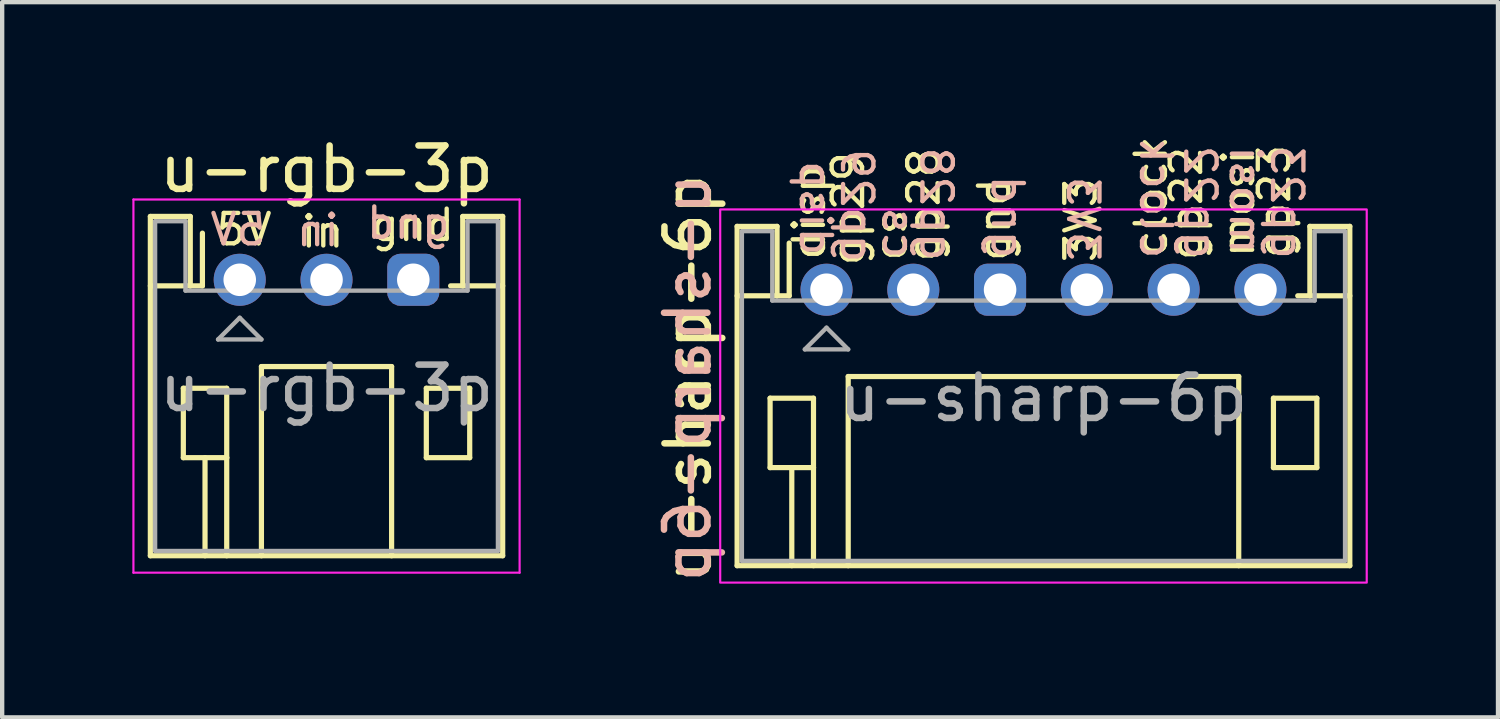
<source format=kicad_pcb>
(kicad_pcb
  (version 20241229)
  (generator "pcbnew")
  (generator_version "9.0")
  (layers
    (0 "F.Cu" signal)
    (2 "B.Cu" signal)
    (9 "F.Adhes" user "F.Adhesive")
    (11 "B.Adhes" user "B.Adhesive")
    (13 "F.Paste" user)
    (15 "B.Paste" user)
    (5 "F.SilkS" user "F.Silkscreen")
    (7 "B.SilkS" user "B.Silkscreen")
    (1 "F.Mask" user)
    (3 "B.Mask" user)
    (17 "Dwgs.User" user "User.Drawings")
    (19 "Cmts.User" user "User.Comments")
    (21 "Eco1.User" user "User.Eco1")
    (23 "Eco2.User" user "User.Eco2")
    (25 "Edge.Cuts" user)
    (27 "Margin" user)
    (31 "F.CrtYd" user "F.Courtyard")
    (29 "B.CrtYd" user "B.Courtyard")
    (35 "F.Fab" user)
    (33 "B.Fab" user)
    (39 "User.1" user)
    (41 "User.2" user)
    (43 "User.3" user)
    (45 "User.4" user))
  (footprint "u-sharp-6p"
    (layer "F.Cu")
    (at 15.998 3.627)
    (property "Reference" "u-sharp-6p" (at -3.19 2.04 90) (layer "F.SilkS") (effects (font (size 1 1) (thickness 0.15))))
    (attr through_hole)
    (fp_line (start -2.06 -1.46) (end -2.06 6.36) (stroke (width 0.12) (type solid)) (layer "F.SilkS"))
    (fp_line (start -2.06 0.14) (end -1.14 0.14) (stroke (width 0.12) (type solid)) (layer "F.SilkS"))
    (fp_line (start -2.06 6.36) (end 12.06 6.36) (stroke (width 0.12) (type solid)) (layer "F.SilkS"))
    (fp_line (start -1.3 2.5) (end -1.3 4.1) (stroke (width 0.12) (type solid)) (layer "F.SilkS"))
    (fp_line (start -1.3 4.1) (end -0.3 4.1) (stroke (width 0.12) (type solid)) (layer "F.SilkS"))
    (fp_line (start -1.14 -1.46) (end -2.06 -1.46) (stroke (width 0.12) (type solid)) (layer "F.SilkS"))
    (fp_line (start -1.14 0.14) (end -1.14 -1.46) (stroke (width 0.12) (type solid)) (layer "F.SilkS"))
    (fp_line (start -0.86 0.14) (end -1.14 0.14) (stroke (width 0.12) (type solid)) (layer "F.SilkS"))
    (fp_line (start -0.86 0.14) (end -0.86 -1.075) (stroke (width 0.12) (type solid)) (layer "F.SilkS"))
    (fp_line (start -0.8 4.1) (end -0.8 6.36) (stroke (width 0.12) (type solid)) (layer "F.SilkS"))
    (fp_line (start -0.3 2.5) (end -1.3 2.5) (stroke (width 0.12) (type solid)) (layer "F.SilkS"))
    (fp_line (start -0.3 4.1) (end -0.3 2.5) (stroke (width 0.12) (type solid)) (layer "F.SilkS"))
    (fp_line (start -0.3 4.1) (end -0.3 6.36) (stroke (width 0.12) (type solid)) (layer "F.SilkS"))
    (fp_line (start 0.5 2) (end 9.5 2) (stroke (width 0.12) (type solid)) (layer "F.SilkS"))
    (fp_line (start 0.5 6.36) (end 0.5 2) (stroke (width 0.12) (type solid)) (layer "F.SilkS"))
    (fp_line (start 9.5 2) (end 9.5 6.36) (stroke (width 0.12) (type solid)) (layer "F.SilkS"))
    (fp_line (start 10.3 2.5) (end 11.3 2.5) (stroke (width 0.12) (type solid)) (layer "F.SilkS"))
    (fp_line (start 10.3 4.1) (end 10.3 2.5) (stroke (width 0.12) (type solid)) (layer "F.SilkS"))
    (fp_line (start 11.14 -1.46) (end 11.14 0.14) (stroke (width 0.12) (type solid)) (layer "F.SilkS"))
    (fp_line (start 11.14 0.14) (end 10.86 0.14) (stroke (width 0.12) (type solid)) (layer "F.SilkS"))
    (fp_line (start 11.3 2.5) (end 11.3 4.1) (stroke (width 0.12) (type solid)) (layer "F.SilkS"))
    (fp_line (start 11.3 4.1) (end 10.3 4.1) (stroke (width 0.12) (type solid)) (layer "F.SilkS"))
    (fp_line (start 12.06 -1.46) (end 11.14 -1.46) (stroke (width 0.12) (type solid)) (layer "F.SilkS"))
    (fp_line (start 12.06 0.14) (end 11.14 0.14) (stroke (width 0.12) (type solid)) (layer "F.SilkS"))
    (fp_line (start 12.06 6.36) (end 12.06 -1.46) (stroke (width 0.12) (type solid)) (layer "F.SilkS"))
    (fp_rect (start -2.45 -1.85) (end 12.45 6.75) (stroke (width 0.05) (type default)) (fill no) (layer "F.CrtYd"))
    (fp_line (start -1.95 -1.35) (end -1.95 6.25) (stroke (width 0.1) (type solid)) (layer "F.Fab"))
    (fp_line (start -1.95 6.25) (end 11.95 6.25) (stroke (width 0.1) (type solid)) (layer "F.Fab"))
    (fp_line (start -1.25 -1.35) (end -1.95 -1.35) (stroke (width 0.1) (type solid)) (layer "F.Fab"))
    (fp_line (start -1.25 0.25) (end -1.25 -1.35) (stroke (width 0.1) (type solid)) (layer "F.Fab"))
    (fp_line (start -0.5 1.375) (end 0.5 1.375) (stroke (width 0.1) (type solid)) (layer "F.Fab"))
    (fp_line (start 0 0.875) (end -0.5 1.375) (stroke (width 0.1) (type solid)) (layer "F.Fab"))
    (fp_line (start 0.5 1.375) (end 0 0.875) (stroke (width 0.1) (type solid)) (layer "F.Fab"))
    (fp_line (start 11.25 -1.35) (end 11.25 0.25) (stroke (width 0.1) (type solid)) (layer "F.Fab"))
    (fp_line (start 11.25 0.25) (end -1.25 0.25) (stroke (width 0.1) (type solid)) (layer "F.Fab"))
    (fp_line (start 11.95 -1.35) (end 11.25 -1.35) (stroke (width 0.1) (type solid)) (layer "F.Fab"))
    (fp_line (start 11.95 6.25) (end 11.95 -1.35) (stroke (width 0.1) (type solid)) (layer "F.Fab"))
    (fp_text user "cs" (at 1.89 -0.61 90) (unlocked yes) (layer "F.SilkS") (effects (font (size 0.7 0.7) (thickness 0.1)) (justify left bottom)))
    (fp_text user "mosi" (at 9.9 -0.69 90) (unlocked yes) (layer "F.SilkS") (effects (font (size 0.7 0.7) (thickness 0.1)) (justify left bottom)))
    (fp_text user "gp22" (at 8.7 -0.62 90) (unlocked yes) (layer "F.SilkS") (effects (font (size 0.7 0.7) (thickness 0.1)) (justify left bottom)))
    (fp_text user "clock" (at 7.89 -0.7 90) (unlocked yes) (layer "F.SilkS") (effects (font (size 0.7 0.7) (thickness 0.1)) (justify left bottom)))
    (fp_text user "disp" (at 0.01 -0.63 90) (unlocked yes) (layer "F.SilkS") (effects (font (size 0.7 0.7) (thickness 0.1)) (justify left bottom)))
    (fp_text user "gnd" (at 4.28 -0.6 90) (unlocked yes) (layer "F.SilkS") (effects (font (size 0.7 0.7) (thickness 0.1)) (justify left bottom)))
    (fp_text user "gp28" (at 2.65 -0.59 90) (unlocked yes) (layer "F.SilkS") (effects (font (size 0.7 0.7) (thickness 0.1)) (justify left bottom)))
    (fp_text user "gp29" (at 0.91 -0.5 90) (unlocked yes) (layer "F.SilkS") (effects (font (size 0.7 0.7) (thickness 0.1)) (justify left bottom)))
    (fp_text user "3V3" (at 6.27 -0.57 90) (unlocked yes) (layer "F.SilkS") (effects (font (size 0.7 0.7) (thickness 0.1)) (justify left bottom)))
    (fp_text user "gp23" (at 10.73 -0.67 90) (unlocked yes) (layer "F.SilkS") (effects (font (size 0.7 0.7) (thickness 0.1)) (justify left bottom)))
    (fp_text user "gp23" (at 10.2 -0.65 270) (unlocked yes) (layer "B.SilkS") (effects (font (size 0.7 0.7) (thickness 0.1)) (justify left bottom mirror)))
    (fp_text user "3V3" (at 5.5 -0.6 270) (unlocked yes) (layer "B.SilkS") (effects (font (size 0.7 0.7) (thickness 0.1)) (justify left bottom mirror)))
    (fp_text user "disp" (at -0.66 -0.73 270) (unlocked yes) (layer "B.SilkS") (effects (font (size 0.7 0.7) (thickness 0.1)) (justify left bottom mirror)))
    (fp_text user "gnd" (at 3.76 -0.66 270) (unlocked yes) (layer "B.SilkS") (effects (font (size 0.7 0.7) (thickness 0.1)) (justify left bottom mirror)))
    (fp_text user "cs" (at 1.25 -0.66 270) (unlocked yes) (layer "B.SilkS") (effects (font (size 0.7 0.7) (thickness 0.1)) (justify left bottom mirror)))
    (fp_text user "${REFERENCE}" (at -3.2 2.03 270) (layer "B.SilkS") (effects (font (size 1 1) (thickness 0.15)) (justify mirror)))
    (fp_text user "gp28" (at 2.12 -0.61 270) (unlocked yes) (layer "B.SilkS") (effects (font (size 0.7 0.7) (thickness 0.1)) (justify left bottom mirror)))
    (fp_text user "gp29" (at 0.29 -0.57 270) (unlocked yes) (layer "B.SilkS") (effects (font (size 0.7 0.7) (thickness 0.1)) (justify left bottom mirror)))
    (fp_text user "mosi" (at 9.25 -0.77 270) (unlocked yes) (layer "B.SilkS") (effects (font (size 0.7 0.7) (thickness 0.1)) (justify left bottom mirror)))
    (fp_text user "clock" (at 7.18 -0.66 270) (unlocked yes) (layer "B.SilkS") (effects (font (size 0.7 0.7) (thickness 0.1)) (justify left bottom mirror)))
    (fp_text user "gp22" (at 8.2 -0.65 270) (unlocked yes) (layer "B.SilkS") (effects (font (size 0.7 0.7) (thickness 0.1)) (justify left bottom mirror)))
    (fp_text user "${REFERENCE}" (at 5 2.5 0) (layer "F.Fab") (effects (font (size 1 1) (thickness 0.15))))
    (pad "1" thru_hole circle (at 0 0) (size 1.2 1.2) (drill 0.75) (layers "*.Cu" "*.Mask"))
    (pad "2" thru_hole circle (at 2 0) (size 1.2 1.2) (drill 0.75) (layers "*.Cu" "*.Mask"))
    (pad "3" thru_hole roundrect (at 4 0) (size 1.2 1.2) (drill 0.75) (layers "*.Cu" "*.Mask") (roundrect_rratio 0.25))
    (pad "4" thru_hole circle (at 6 0) (size 1.2 1.2) (drill 0.75) (layers "*.Cu" "*.Mask"))
    (pad "5" thru_hole circle (at 8 0) (size 1.2 1.2) (drill 0.75) (layers "*.Cu" "*.Mask"))
    (pad "6" thru_hole circle (at 10 0) (size 1.2 1.2) (drill 0.75) (layers "*.Cu" "*.Mask")))
  (footprint "u-rgb-3p"
    (layer "F.Cu")
    (at 2.475 3.398)
    (property "Reference" "u-rgb-3p" (at 2 -2.55 0) (layer "F.SilkS") (effects (font (size 1 1) (thickness 0.15))))
    (attr through_hole)
    (fp_line (start -2.06 -1.46) (end -2.06 6.36) (stroke (width 0.12) (type solid)) (layer "F.SilkS"))
    (fp_line (start -2.06 0.14) (end -1.14 0.14) (stroke (width 0.12) (type solid)) (layer "F.SilkS"))
    (fp_line (start -2.06 6.36) (end 6.06 6.36) (stroke (width 0.12) (type solid)) (layer "F.SilkS"))
    (fp_line (start -1.3 2.5) (end -1.3 4.1) (stroke (width 0.12) (type solid)) (layer "F.SilkS"))
    (fp_line (start -1.3 4.1) (end -0.3 4.1) (stroke (width 0.12) (type solid)) (layer "F.SilkS"))
    (fp_line (start -1.14 -1.46) (end -2.06 -1.46) (stroke (width 0.12) (type solid)) (layer "F.SilkS"))
    (fp_line (start -1.14 0.14) (end -1.14 -1.46) (stroke (width 0.12) (type solid)) (layer "F.SilkS"))
    (fp_line (start -0.86 0.14) (end -1.14 0.14) (stroke (width 0.12) (type solid)) (layer "F.SilkS"))
    (fp_line (start -0.86 0.14) (end -0.86 -1.075) (stroke (width 0.12) (type solid)) (layer "F.SilkS"))
    (fp_line (start -0.8 4.1) (end -0.8 6.36) (stroke (width 0.12) (type solid)) (layer "F.SilkS"))
    (fp_line (start -0.3 2.5) (end -1.3 2.5) (stroke (width 0.12) (type solid)) (layer "F.SilkS"))
    (fp_line (start -0.3 4.1) (end -0.3 2.5) (stroke (width 0.12) (type solid)) (layer "F.SilkS"))
    (fp_line (start -0.3 4.1) (end -0.3 6.36) (stroke (width 0.12) (type solid)) (layer "F.SilkS"))
    (fp_line (start 0.5 2) (end 3.5 2) (stroke (width 0.12) (type solid)) (layer "F.SilkS"))
    (fp_line (start 0.5 6.36) (end 0.5 2) (stroke (width 0.12) (type solid)) (layer "F.SilkS"))
    (fp_line (start 3.5 2) (end 3.5 6.36) (stroke (width 0.12) (type solid)) (layer "F.SilkS"))
    (fp_line (start 4.3 2.5) (end 5.3 2.5) (stroke (width 0.12) (type solid)) (layer "F.SilkS"))
    (fp_line (start 4.3 4.1) (end 4.3 2.5) (stroke (width 0.12) (type solid)) (layer "F.SilkS"))
    (fp_line (start 5.14 -1.46) (end 5.14 0.14) (stroke (width 0.12) (type solid)) (layer "F.SilkS"))
    (fp_line (start 5.14 0.14) (end 4.86 0.14) (stroke (width 0.12) (type solid)) (layer "F.SilkS"))
    (fp_line (start 5.3 2.5) (end 5.3 4.1) (stroke (width 0.12) (type solid)) (layer "F.SilkS"))
    (fp_line (start 5.3 4.1) (end 4.3 4.1) (stroke (width 0.12) (type solid)) (layer "F.SilkS"))
    (fp_line (start 6.06 -1.46) (end 5.14 -1.46) (stroke (width 0.12) (type solid)) (layer "F.SilkS"))
    (fp_line (start 6.06 0.14) (end 5.14 0.14) (stroke (width 0.12) (type solid)) (layer "F.SilkS"))
    (fp_line (start 6.06 6.36) (end 6.06 -1.46) (stroke (width 0.12) (type solid)) (layer "F.SilkS"))
    (fp_line (start -2.45 -1.85) (end -2.45 6.75) (stroke (width 0.05) (type solid)) (layer "F.CrtYd"))
    (fp_line (start -2.45 6.75) (end 6.45 6.75) (stroke (width 0.05) (type solid)) (layer "F.CrtYd"))
    (fp_line (start 6.45 -1.85) (end -2.45 -1.85) (stroke (width 0.05) (type solid)) (layer "F.CrtYd"))
    (fp_line (start 6.45 6.75) (end 6.45 -1.85) (stroke (width 0.05) (type solid)) (layer "F.CrtYd"))
    (fp_line (start -1.95 -1.35) (end -1.95 6.25) (stroke (width 0.1) (type solid)) (layer "F.Fab"))
    (fp_line (start -1.95 6.25) (end 5.95 6.25) (stroke (width 0.1) (type solid)) (layer "F.Fab"))
    (fp_line (start -1.25 -1.35) (end -1.95 -1.35) (stroke (width 0.1) (type solid)) (layer "F.Fab"))
    (fp_line (start -1.25 0.25) (end -1.25 -1.35) (stroke (width 0.1) (type solid)) (layer "F.Fab"))
    (fp_line (start -0.5 1.375) (end 0.5 1.375) (stroke (width 0.1) (type solid)) (layer "F.Fab"))
    (fp_line (start 0 0.875) (end -0.5 1.375) (stroke (width 0.1) (type solid)) (layer "F.Fab"))
    (fp_line (start 0.5 1.375) (end 0 0.875) (stroke (width 0.1) (type solid)) (layer "F.Fab"))
    (fp_line (start 5.25 -1.35) (end 5.25 0.25) (stroke (width 0.1) (type solid)) (layer "F.Fab"))
    (fp_line (start 5.25 0.25) (end -1.25 0.25) (stroke (width 0.1) (type solid)) (layer "F.Fab"))
    (fp_line (start 5.95 -1.35) (end 5.25 -1.35) (stroke (width 0.1) (type solid)) (layer "F.Fab"))
    (fp_line (start 5.95 6.25) (end 5.95 -1.35) (stroke (width 0.1) (type solid)) (layer "F.Fab"))
    (fp_text user "gnd" (at 2.97 -0.85 0) (unlocked yes) (layer "F.SilkS") (effects (font (size 0.7 0.7) (thickness 0.1)) (justify left bottom)))
    (fp_text user "5V" (at -0.6 -0.75 0) (unlocked yes) (layer "F.SilkS") (effects (font (size 0.7 0.7) (thickness 0.1)) (justify left bottom)))
    (fp_text user "in" (at 1.36 -0.7 0) (unlocked yes) (layer "F.SilkS") (effects (font (size 0.7 0.7) (thickness 0.1)) (justify left bottom)))
    (fp_text user "in" (at 2.35 -0.73 0) (unlocked yes) (layer "B.SilkS") (effects (font (size 0.7 0.7) (thickness 0.1)) (justify left bottom mirror)))
    (fp_text user "5V" (at 0.66 -0.75 0) (unlocked yes) (layer "B.SilkS") (effects (font (size 0.7 0.7) (thickness 0.1)) (justify left bottom mirror)))
    (fp_text user "gnd" (at 4.9 -0.9 0) (unlocked yes) (layer "B.SilkS") (effects (font (size 0.7 0.7) (thickness 0.1)) (justify left bottom mirror)))
    (fp_text user "${REFERENCE}" (at 2 2.5 0) (layer "F.Fab") (effects (font (size 1 1) (thickness 0.15))))
    (pad "1" thru_hole circle (at 0 0) (size 1.2 1.2) (drill 0.75) (layers "*.Cu" "*.Mask"))
    (pad "2" thru_hole circle (at 2 0) (size 1.2 1.2) (drill 0.75) (layers "*.Cu" "*.Mask"))
    (pad "3" thru_hole roundrect (at 4 0) (size 1.2 1.2) (drill 0.75) (layers "*.Cu" "*.Mask") (roundrect_rratio 0.25)))
  (gr_rect
    (start -3 -3)
    (end 31.473 13.482)
    (stroke (width 0.1) (type default))
    (fill no)
    (layer "Edge.Cuts")))
</source>
